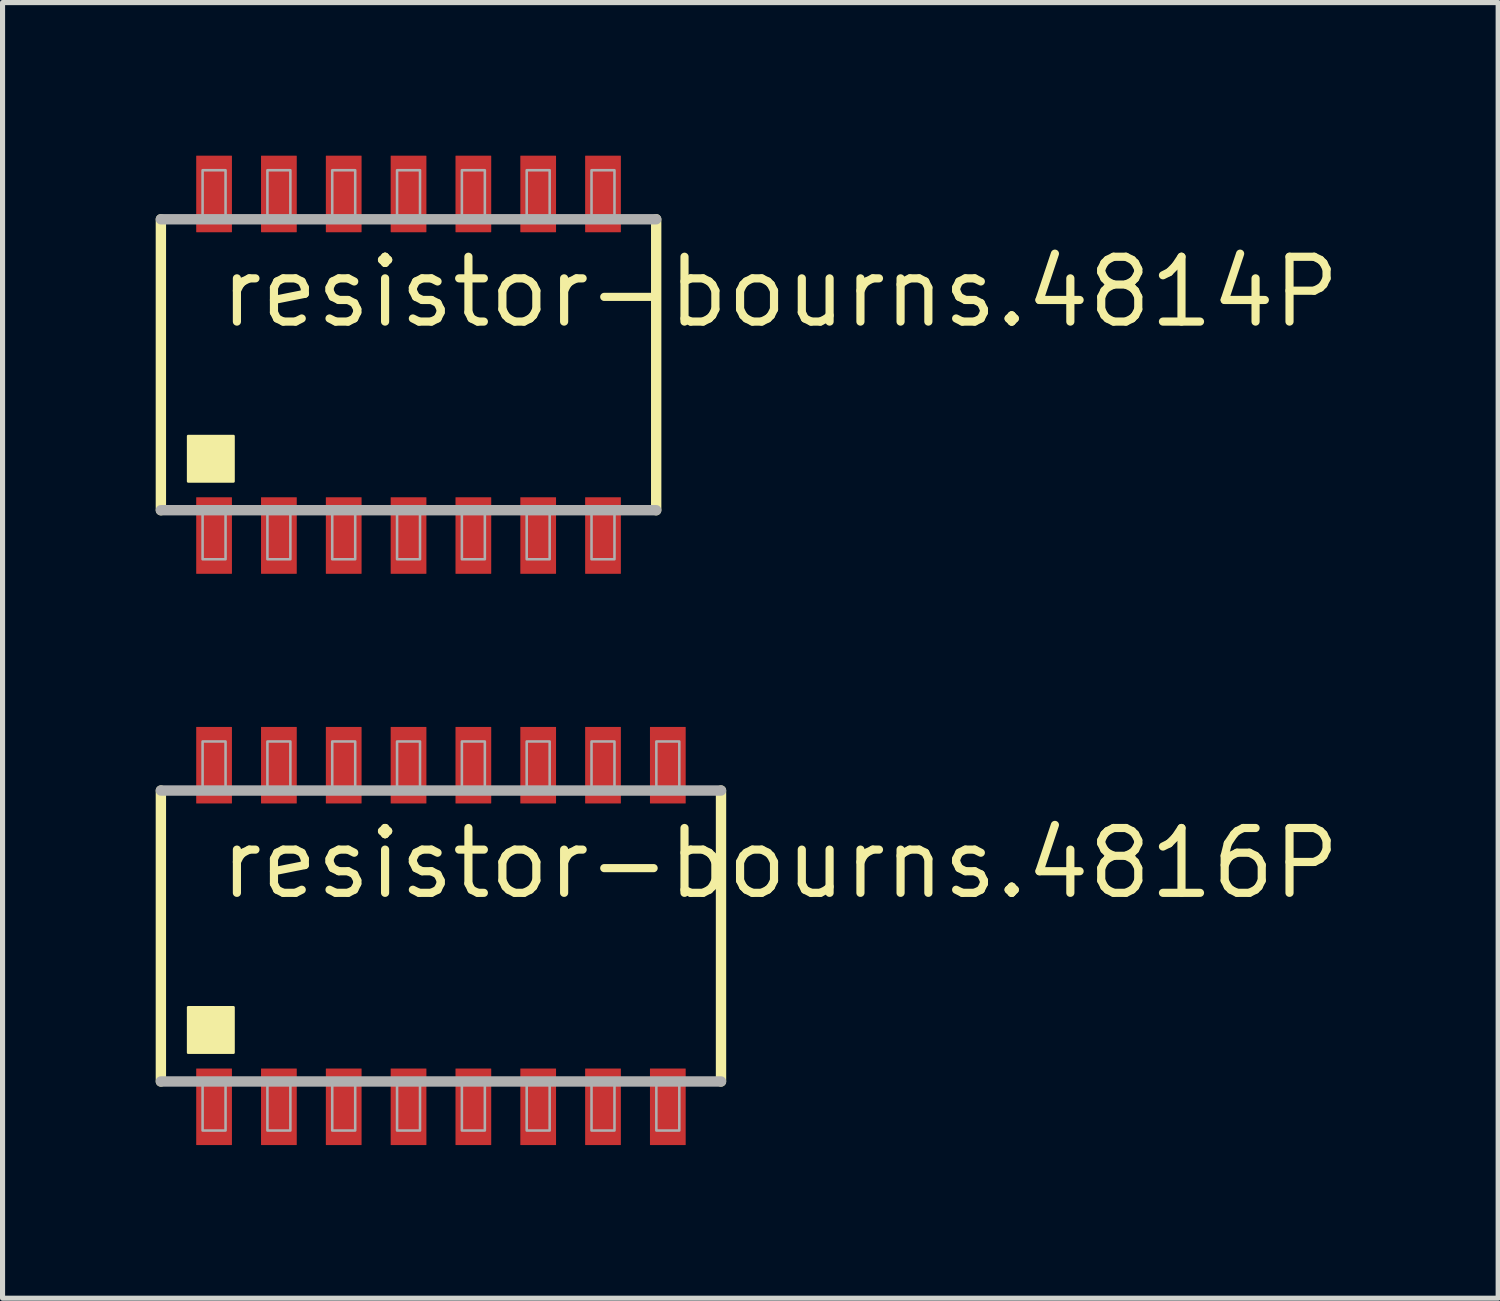
<source format=kicad_pcb>
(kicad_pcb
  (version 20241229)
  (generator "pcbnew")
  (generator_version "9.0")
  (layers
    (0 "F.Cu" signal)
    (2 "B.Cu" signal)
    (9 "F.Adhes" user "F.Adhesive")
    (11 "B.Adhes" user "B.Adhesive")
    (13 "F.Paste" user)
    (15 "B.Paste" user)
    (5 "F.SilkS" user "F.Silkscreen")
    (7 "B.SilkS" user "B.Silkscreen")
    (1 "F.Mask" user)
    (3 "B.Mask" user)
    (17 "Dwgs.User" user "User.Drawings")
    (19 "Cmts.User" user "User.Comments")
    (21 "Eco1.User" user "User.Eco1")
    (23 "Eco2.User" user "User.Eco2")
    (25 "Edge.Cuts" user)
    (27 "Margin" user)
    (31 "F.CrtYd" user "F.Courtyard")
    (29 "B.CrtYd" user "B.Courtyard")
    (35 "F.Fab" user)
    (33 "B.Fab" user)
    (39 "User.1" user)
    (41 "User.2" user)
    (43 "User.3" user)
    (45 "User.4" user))
  (footprint "resistor-bourns.4816P"
    (layer "F.Cu")
    (at 5.589 15.288)
    (property "Reference" "resistor-bourns.4816P" (at -4.405 -0.682 0) (layer "F.SilkS") (effects (font (size 1.27 1.27) (thickness 0.16)) (justify left bottom)))
    (attr smd)
    (fp_line (start -5.487 -2.85) (end -5.487 2.85) (stroke (width 0.203) (type default)) (layer "F.SilkS"))
    (fp_line (start 5.487 2.85) (end 5.487 -2.85) (stroke (width 0.203) (type default)) (layer "F.SilkS"))
    (fp_rect (start -4.953 2.286) (end -4.064 1.397) (stroke (width 0.05) (type default)) (fill yes) (layer "F.SilkS"))
    (fp_line (start -5.487 2.85) (end 5.487 2.85) (stroke (width 0.203) (type default)) (layer "F.Fab"))
    (fp_line (start 5.487 -2.85) (end -5.487 -2.85) (stroke (width 0.203) (type default)) (layer "F.Fab"))
    (fp_rect (start -4.67 -2.836) (end -4.22 -3.811) (stroke (width 0.05) (type default)) (fill no) (layer "F.Fab"))
    (fp_rect (start -4.67 3.811) (end -4.22 2.836) (stroke (width 0.05) (type default)) (fill no) (layer "F.Fab"))
    (fp_rect (start -3.4 -2.836) (end -2.95 -3.811) (stroke (width 0.05) (type default)) (fill no) (layer "F.Fab"))
    (fp_rect (start -3.4 3.811) (end -2.95 2.836) (stroke (width 0.05) (type default)) (fill no) (layer "F.Fab"))
    (fp_rect (start -2.13 -2.836) (end -1.68 -3.811) (stroke (width 0.05) (type default)) (fill no) (layer "F.Fab"))
    (fp_rect (start -2.13 3.811) (end -1.68 2.836) (stroke (width 0.05) (type default)) (fill no) (layer "F.Fab"))
    (fp_rect (start -0.86 -2.836) (end -0.41 -3.811) (stroke (width 0.05) (type default)) (fill no) (layer "F.Fab"))
    (fp_rect (start -0.86 3.811) (end -0.41 2.836) (stroke (width 0.05) (type default)) (fill no) (layer "F.Fab"))
    (fp_rect (start 0.41 -2.836) (end 0.86 -3.811) (stroke (width 0.05) (type default)) (fill no) (layer "F.Fab"))
    (fp_rect (start 0.41 3.811) (end 0.86 2.836) (stroke (width 0.05) (type default)) (fill no) (layer "F.Fab"))
    (fp_rect (start 1.68 -2.836) (end 2.13 -3.811) (stroke (width 0.05) (type default)) (fill no) (layer "F.Fab"))
    (fp_rect (start 1.68 3.811) (end 2.13 2.836) (stroke (width 0.05) (type default)) (fill no) (layer "F.Fab"))
    (fp_rect (start 2.95 -2.836) (end 3.4 -3.811) (stroke (width 0.05) (type default)) (fill no) (layer "F.Fab"))
    (fp_rect (start 2.95 3.811) (end 3.4 2.836) (stroke (width 0.05) (type default)) (fill no) (layer "F.Fab"))
    (fp_rect (start 4.22 -2.836) (end 4.67 -3.811) (stroke (width 0.05) (type default)) (fill no) (layer "F.Fab"))
    (fp_rect (start 4.22 3.811) (end 4.67 2.836) (stroke (width 0.05) (type default)) (fill no) (layer "F.Fab"))
    (pad "1" smd roundrect (at -4.445 3.346) (size 0.7 1.5) (layers "F.Cu" "F.Mask" "F.Paste") (roundrect_rratio 0.01))
    (pad "2" smd roundrect (at -3.175 3.346) (size 0.7 1.5) (layers "F.Cu" "F.Mask" "F.Paste") (roundrect_rratio 0.01))
    (pad "3" smd roundrect (at -1.905 3.346) (size 0.7 1.5) (layers "F.Cu" "F.Mask" "F.Paste") (roundrect_rratio 0.01))
    (pad "4" smd roundrect (at -0.635 3.346) (size 0.7 1.5) (layers "F.Cu" "F.Mask" "F.Paste") (roundrect_rratio 0.01))
    (pad "5" smd roundrect (at 0.635 3.346) (size 0.7 1.5) (layers "F.Cu" "F.Mask" "F.Paste") (roundrect_rratio 0.01))
    (pad "6" smd roundrect (at 1.905 3.346) (size 0.7 1.5) (layers "F.Cu" "F.Mask" "F.Paste") (roundrect_rratio 0.01))
    (pad "7" smd roundrect (at 3.175 3.346) (size 0.7 1.5) (layers "F.Cu" "F.Mask" "F.Paste") (roundrect_rratio 0.01))
    (pad "8" smd roundrect (at 4.445 3.346) (size 0.7 1.5) (layers "F.Cu" "F.Mask" "F.Paste") (roundrect_rratio 0.01))
    (pad "9" smd roundrect (at 4.445 -3.346) (size 0.7 1.5) (layers "F.Cu" "F.Mask" "F.Paste") (roundrect_rratio 0.01))
    (pad "10" smd roundrect (at 3.175 -3.346) (size 0.7 1.5) (layers "F.Cu" "F.Mask" "F.Paste") (roundrect_rratio 0.01))
    (pad "11" smd roundrect (at 1.905 -3.346) (size 0.7 1.5) (layers "F.Cu" "F.Mask" "F.Paste") (roundrect_rratio 0.01))
    (pad "12" smd roundrect (at 0.635 -3.346) (size 0.7 1.5) (layers "F.Cu" "F.Mask" "F.Paste") (roundrect_rratio 0.01))
    (pad "13" smd roundrect (at -0.635 -3.346) (size 0.7 1.5) (layers "F.Cu" "F.Mask" "F.Paste") (roundrect_rratio 0.01))
    (pad "14" smd roundrect (at -1.905 -3.346) (size 0.7 1.5) (layers "F.Cu" "F.Mask" "F.Paste") (roundrect_rratio 0.01))
    (pad "15" smd roundrect (at -3.175 -3.346) (size 0.7 1.5) (layers "F.Cu" "F.Mask" "F.Paste") (roundrect_rratio 0.01))
    (pad "16" smd roundrect (at -4.445 -3.346) (size 0.7 1.5) (layers "F.Cu" "F.Mask" "F.Paste") (roundrect_rratio 0.01)))
  (footprint "resistor-bourns.4814P"
    (layer "F.Cu")
    (at 4.954 4.096)
    (property "Reference" "resistor-bourns.4814P" (at -3.77 -0.682 0) (layer "F.SilkS") (effects (font (size 1.27 1.27) (thickness 0.16)) (justify left bottom)))
    (attr smd)
    (fp_line (start -4.852 -2.85) (end -4.852 2.85) (stroke (width 0.203) (type default)) (layer "F.SilkS"))
    (fp_line (start 4.852 2.85) (end 4.852 -2.85) (stroke (width 0.203) (type default)) (layer "F.SilkS"))
    (fp_rect (start -4.318 2.286) (end -3.429 1.397) (stroke (width 0.05) (type default)) (fill yes) (layer "F.SilkS"))
    (fp_line (start -4.852 2.85) (end 4.852 2.85) (stroke (width 0.203) (type default)) (layer "F.Fab"))
    (fp_line (start 4.852 -2.85) (end -4.852 -2.85) (stroke (width 0.203) (type default)) (layer "F.Fab"))
    (fp_rect (start -4.035 -2.836) (end -3.585 -3.811) (stroke (width 0.05) (type default)) (fill no) (layer "F.Fab"))
    (fp_rect (start -4.035 3.811) (end -3.585 2.836) (stroke (width 0.05) (type default)) (fill no) (layer "F.Fab"))
    (fp_rect (start -2.765 -2.836) (end -2.315 -3.811) (stroke (width 0.05) (type default)) (fill no) (layer "F.Fab"))
    (fp_rect (start -2.765 3.811) (end -2.315 2.836) (stroke (width 0.05) (type default)) (fill no) (layer "F.Fab"))
    (fp_rect (start -1.495 -2.836) (end -1.045 -3.811) (stroke (width 0.05) (type default)) (fill no) (layer "F.Fab"))
    (fp_rect (start -1.495 3.811) (end -1.045 2.836) (stroke (width 0.05) (type default)) (fill no) (layer "F.Fab"))
    (fp_rect (start -0.225 -2.836) (end 0.225 -3.811) (stroke (width 0.05) (type default)) (fill no) (layer "F.Fab"))
    (fp_rect (start -0.225 3.811) (end 0.225 2.836) (stroke (width 0.05) (type default)) (fill no) (layer "F.Fab"))
    (fp_rect (start 1.045 -2.836) (end 1.495 -3.811) (stroke (width 0.05) (type default)) (fill no) (layer "F.Fab"))
    (fp_rect (start 1.045 3.811) (end 1.495 2.836) (stroke (width 0.05) (type default)) (fill no) (layer "F.Fab"))
    (fp_rect (start 2.315 -2.836) (end 2.765 -3.811) (stroke (width 0.05) (type default)) (fill no) (layer "F.Fab"))
    (fp_rect (start 2.315 3.811) (end 2.765 2.836) (stroke (width 0.05) (type default)) (fill no) (layer "F.Fab"))
    (fp_rect (start 3.585 -2.836) (end 4.035 -3.811) (stroke (width 0.05) (type default)) (fill no) (layer "F.Fab"))
    (fp_rect (start 3.585 3.811) (end 4.035 2.836) (stroke (width 0.05) (type default)) (fill no) (layer "F.Fab"))
    (pad "1" smd roundrect (at -3.81 3.346) (size 0.7 1.5) (layers "F.Cu" "F.Mask" "F.Paste") (roundrect_rratio 0.01))
    (pad "2" smd roundrect (at -2.54 3.346) (size 0.7 1.5) (layers "F.Cu" "F.Mask" "F.Paste") (roundrect_rratio 0.01))
    (pad "3" smd roundrect (at -1.27 3.346) (size 0.7 1.5) (layers "F.Cu" "F.Mask" "F.Paste") (roundrect_rratio 0.01))
    (pad "4" smd roundrect (at 0 3.346) (size 0.7 1.5) (layers "F.Cu" "F.Mask" "F.Paste") (roundrect_rratio 0.01))
    (pad "5" smd roundrect (at 1.27 3.346) (size 0.7 1.5) (layers "F.Cu" "F.Mask" "F.Paste") (roundrect_rratio 0.01))
    (pad "6" smd roundrect (at 2.54 3.346) (size 0.7 1.5) (layers "F.Cu" "F.Mask" "F.Paste") (roundrect_rratio 0.01))
    (pad "7" smd roundrect (at 3.81 3.346) (size 0.7 1.5) (layers "F.Cu" "F.Mask" "F.Paste") (roundrect_rratio 0.01))
    (pad "8" smd roundrect (at 3.81 -3.346) (size 0.7 1.5) (layers "F.Cu" "F.Mask" "F.Paste") (roundrect_rratio 0.01))
    (pad "9" smd roundrect (at 2.54 -3.346) (size 0.7 1.5) (layers "F.Cu" "F.Mask" "F.Paste") (roundrect_rratio 0.01))
    (pad "10" smd roundrect (at 1.27 -3.346) (size 0.7 1.5) (layers "F.Cu" "F.Mask" "F.Paste") (roundrect_rratio 0.01))
    (pad "11" smd roundrect (at 0 -3.346) (size 0.7 1.5) (layers "F.Cu" "F.Mask" "F.Paste") (roundrect_rratio 0.01))
    (pad "12" smd roundrect (at -1.27 -3.346) (size 0.7 1.5) (layers "F.Cu" "F.Mask" "F.Paste") (roundrect_rratio 0.01))
    (pad "13" smd roundrect (at -2.54 -3.346) (size 0.7 1.5) (layers "F.Cu" "F.Mask" "F.Paste") (roundrect_rratio 0.01))
    (pad "14" smd roundrect (at -3.81 -3.346) (size 0.7 1.5) (layers "F.Cu" "F.Mask" "F.Paste") (roundrect_rratio 0.01)))
  (gr_rect
    (start -3 -3)
    (end 26.302 22.384)
    (stroke (width 0.1) (type default))
    (fill no)
    (layer "Edge.Cuts")))
</source>
